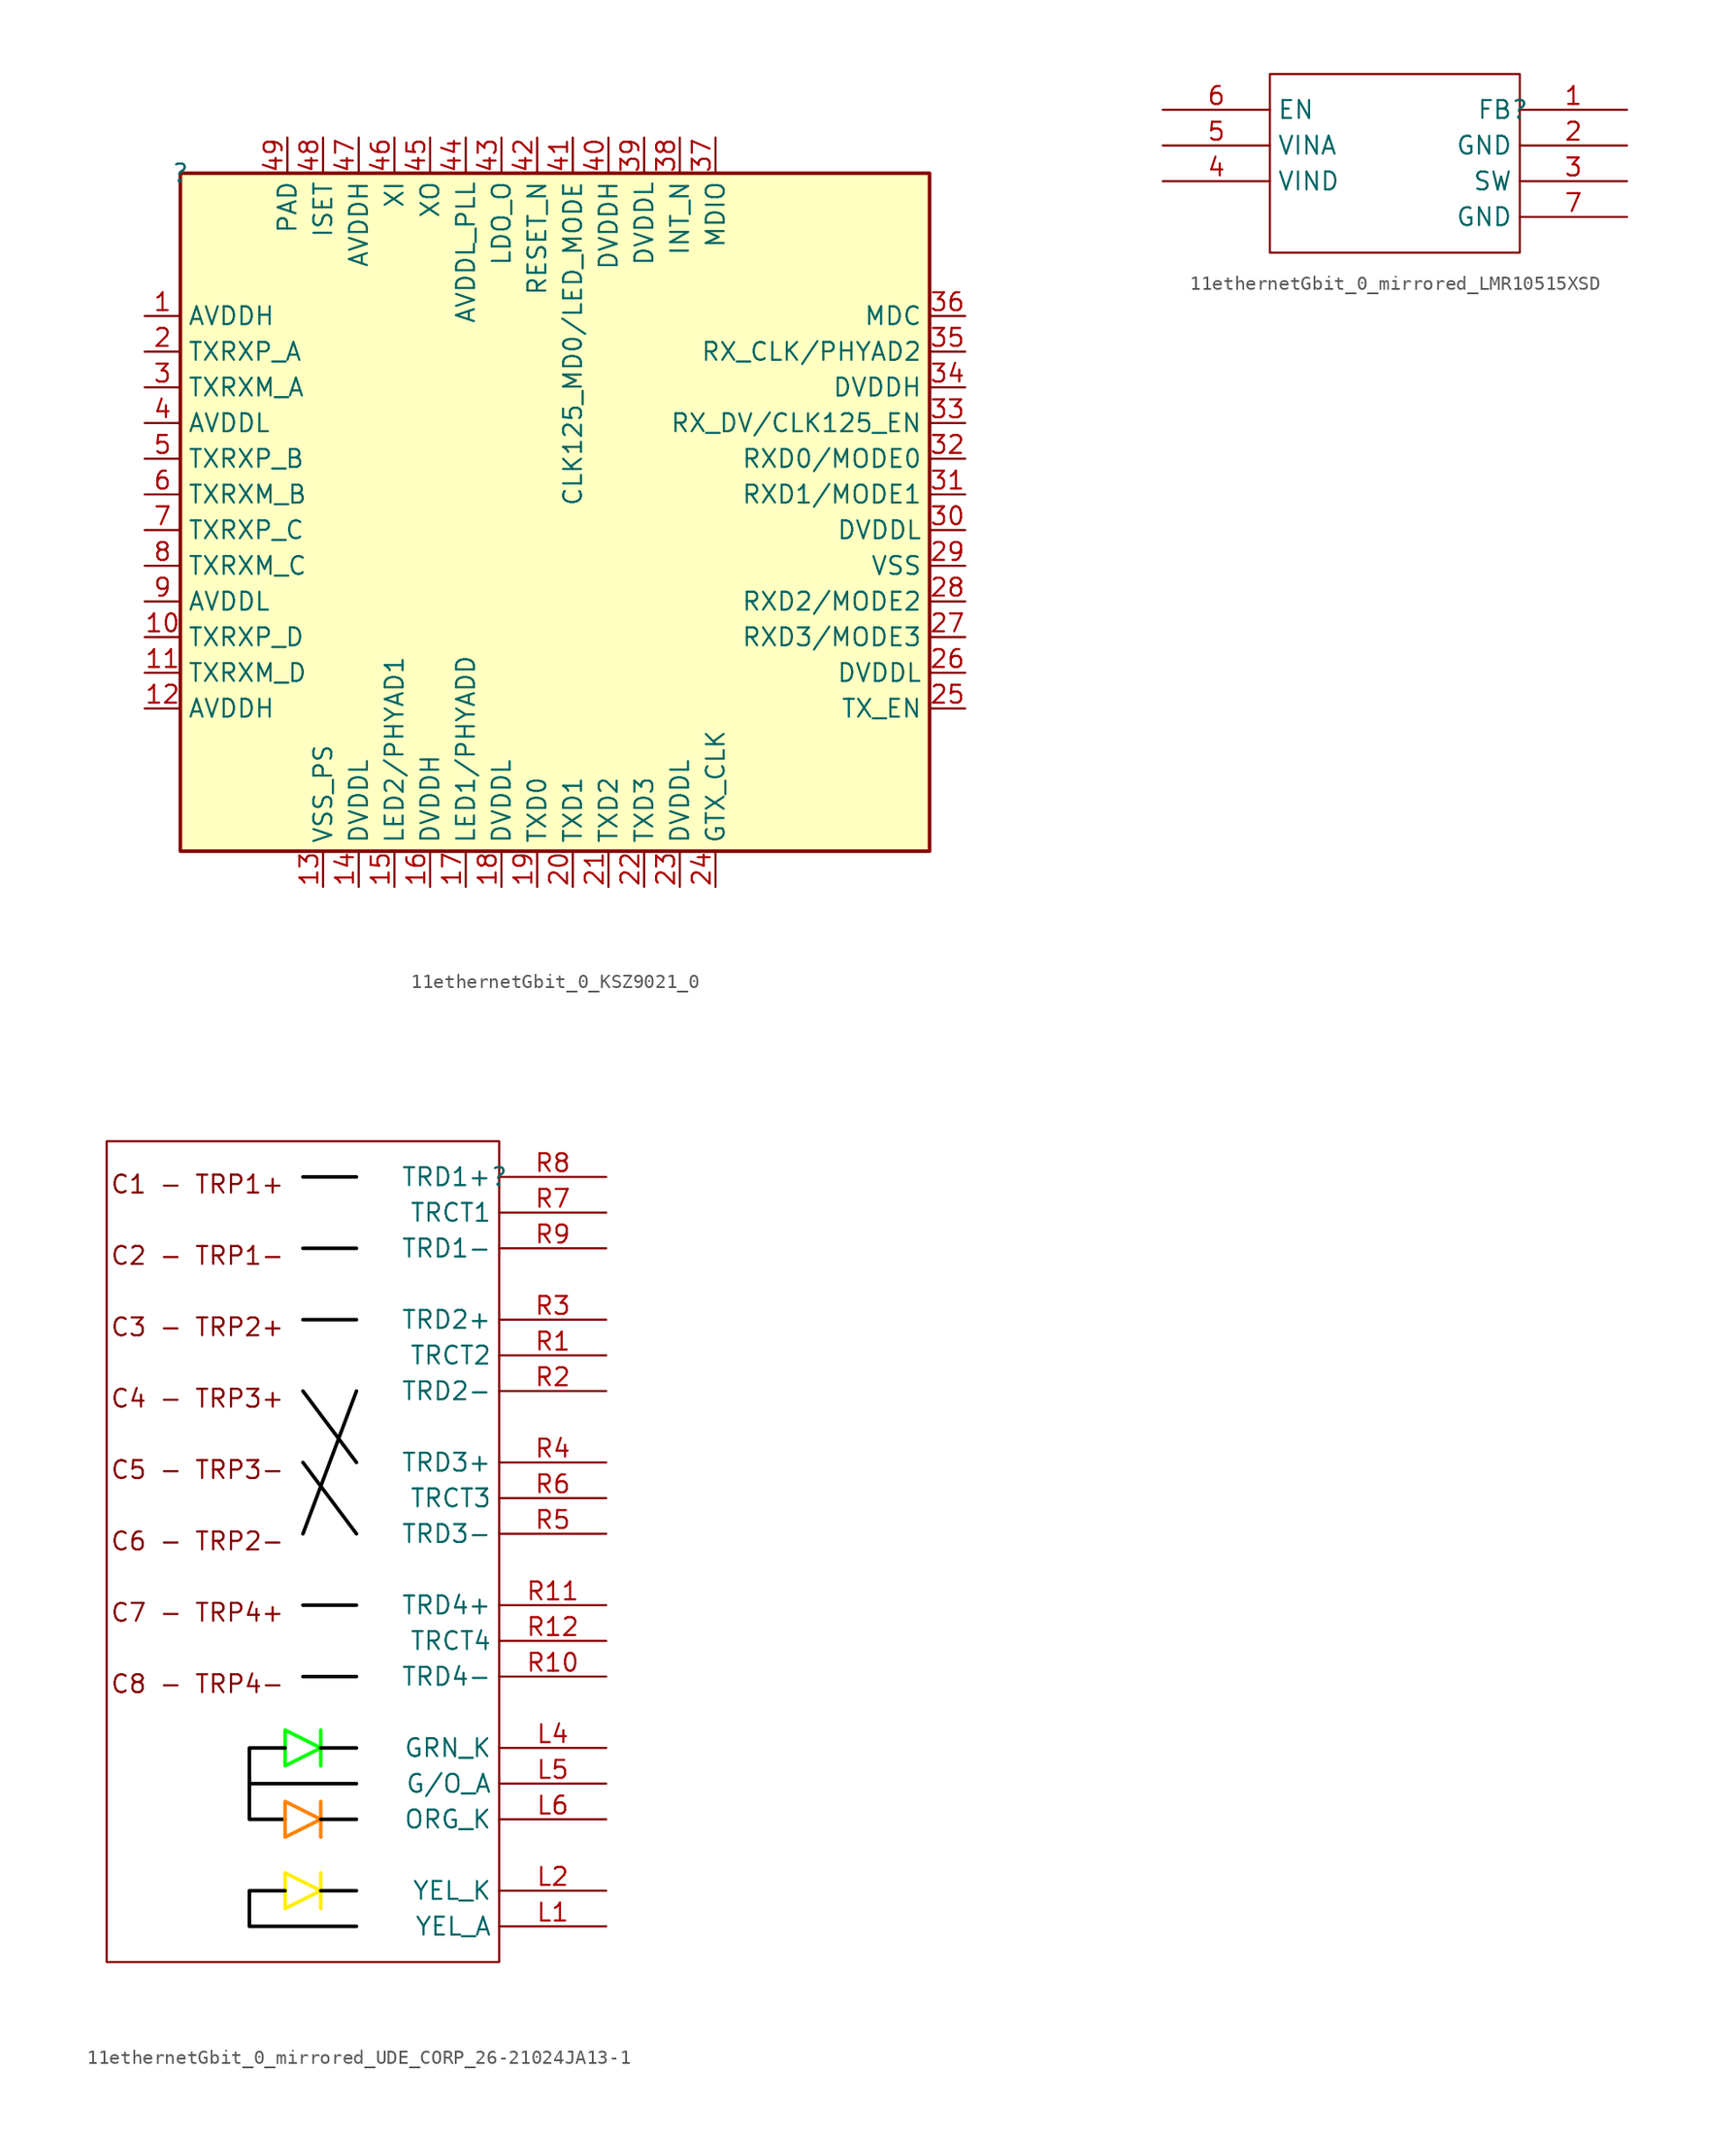
<source format=kicad_sym>
(kicad_symbol_lib
  (version 20220914)
  (generator kicad_symbol_editor)
  (symbol "11ethernetGbit_0_KSZ9021_0"
    (property "Reference" ""
      (at 0 0 0)
      (effects (font (size 1.27 1.27))))
    (property "Value" ""
      (at 0 0 0)
      (effects (font (size 1.27 1.27))))
    (symbol "11ethernetGbit_0_KSZ9021_0_1_0"
      (rectangle (start 53.34 0) (end 0 -48.26) (stroke (width 0.254) (type solid)) (fill (type background)))
      (pin passive line (at -2.54 -10.16 0) (length 2.54) (name "AVDDH" (effects (font (size 1.27 1.27)))) (number "1" (effects (font (size 1.27 1.27)))))
      (pin passive line (at -2.54 -33.02 0) (length 2.54) (name "TXRXP_D" (effects (font (size 1.27 1.27)))) (number "10" (effects (font (size 1.27 1.27)))))
      (pin passive line (at -2.54 -35.56 0) (length 2.54) (name "TXRXM_D" (effects (font (size 1.27 1.27)))) (number "11" (effects (font (size 1.27 1.27)))))
      (pin passive line (at -2.54 -38.1 0) (length 2.54) (name "AVDDH" (effects (font (size 1.27 1.27)))) (number "12" (effects (font (size 1.27 1.27)))))
      (pin passive line (at 10.16 -50.8 90) (length 2.54) (name "VSS_PS" (effects (font (size 1.27 1.27)))) (number "13" (effects (font (size 1.27 1.27)))))
      (pin passive line (at 12.7 -50.8 90) (length 2.54) (name "DVDDL" (effects (font (size 1.27 1.27)))) (number "14" (effects (font (size 1.27 1.27)))))
      (pin passive line (at 15.24 -50.8 90) (length 2.54) (name "LED2/PHYAD1" (effects (font (size 1.27 1.27)))) (number "15" (effects (font (size 1.27 1.27)))))
      (pin passive line (at 17.78 -50.8 90) (length 2.54) (name "DVDDH" (effects (font (size 1.27 1.27)))) (number "16" (effects (font (size 1.27 1.27)))))
      (pin passive line (at 20.32 -50.8 90) (length 2.54) (name "LED1/PHYADD" (effects (font (size 1.27 1.27)))) (number "17" (effects (font (size 1.27 1.27)))))
      (pin passive line (at 22.86 -50.8 90) (length 2.54) (name "DVDDL" (effects (font (size 1.27 1.27)))) (number "18" (effects (font (size 1.27 1.27)))))
      (pin passive line (at 25.4 -50.8 90) (length 2.54) (name "TXD0" (effects (font (size 1.27 1.27)))) (number "19" (effects (font (size 1.27 1.27)))))
      (pin passive line (at -2.54 -12.7 0) (length 2.54) (name "TXRXP_A" (effects (font (size 1.27 1.27)))) (number "2" (effects (font (size 1.27 1.27)))))
      (pin passive line (at 27.94 -50.8 90) (length 2.54) (name "TXD1" (effects (font (size 1.27 1.27)))) (number "20" (effects (font (size 1.27 1.27)))))
      (pin passive line (at 30.48 -50.8 90) (length 2.54) (name "TXD2" (effects (font (size 1.27 1.27)))) (number "21" (effects (font (size 1.27 1.27)))))
      (pin passive line (at 33.02 -50.8 90) (length 2.54) (name "TXD3" (effects (font (size 1.27 1.27)))) (number "22" (effects (font (size 1.27 1.27)))))
      (pin passive line (at 35.56 -50.8 90) (length 2.54) (name "DVDDL" (effects (font (size 1.27 1.27)))) (number "23" (effects (font (size 1.27 1.27)))))
      (pin passive line (at 38.1 -50.8 90) (length 2.54) (name "GTX_CLK" (effects (font (size 1.27 1.27)))) (number "24" (effects (font (size 1.27 1.27)))))
      (pin passive line (at 55.88 -38.1 180) (length 2.54) (name "TX_EN" (effects (font (size 1.27 1.27)))) (number "25" (effects (font (size 1.27 1.27)))))
      (pin passive line (at 55.88 -35.56 180) (length 2.54) (name "DVDDL" (effects (font (size 1.27 1.27)))) (number "26" (effects (font (size 1.27 1.27)))))
      (pin passive line (at 55.88 -33.02 180) (length 2.54) (name "RXD3/MODE3" (effects (font (size 1.27 1.27)))) (number "27" (effects (font (size 1.27 1.27)))))
      (pin passive line (at 55.88 -30.48 180) (length 2.54) (name "RXD2/MODE2" (effects (font (size 1.27 1.27)))) (number "28" (effects (font (size 1.27 1.27)))))
      (pin passive line (at 55.88 -27.94 180) (length 2.54) (name "VSS" (effects (font (size 1.27 1.27)))) (number "29" (effects (font (size 1.27 1.27)))))
      (pin passive line (at -2.54 -15.24 0) (length 2.54) (name "TXRXM_A" (effects (font (size 1.27 1.27)))) (number "3" (effects (font (size 1.27 1.27)))))
      (pin passive line (at 55.88 -25.4 180) (length 2.54) (name "DVDDL" (effects (font (size 1.27 1.27)))) (number "30" (effects (font (size 1.27 1.27)))))
      (pin passive line (at 55.88 -22.86 180) (length 2.54) (name "RXD1/MODE1" (effects (font (size 1.27 1.27)))) (number "31" (effects (font (size 1.27 1.27)))))
      (pin passive line (at 55.88 -20.32 180) (length 2.54) (name "RXD0/MODE0" (effects (font (size 1.27 1.27)))) (number "32" (effects (font (size 1.27 1.27)))))
      (pin passive line (at 55.88 -17.78 180) (length 2.54) (name "RX_DV/CLK125_EN" (effects (font (size 1.27 1.27)))) (number "33" (effects (font (size 1.27 1.27)))))
      (pin passive line (at 55.88 -15.24 180) (length 2.54) (name "DVDDH" (effects (font (size 1.27 1.27)))) (number "34" (effects (font (size 1.27 1.27)))))
      (pin passive line (at 55.88 -12.7 180) (length 2.54) (name "RX_CLK/PHYAD2" (effects (font (size 1.27 1.27)))) (number "35" (effects (font (size 1.27 1.27)))))
      (pin passive line (at 55.88 -10.16 180) (length 2.54) (name "MDC" (effects (font (size 1.27 1.27)))) (number "36" (effects (font (size 1.27 1.27)))))
      (pin passive line (at 38.1 2.54 270) (length 2.54) (name "MDIO" (effects (font (size 1.27 1.27)))) (number "37" (effects (font (size 1.27 1.27)))))
      (pin passive line (at 35.56 2.54 270) (length 2.54) (name "INT_N" (effects (font (size 1.27 1.27)))) (number "38" (effects (font (size 1.27 1.27)))))
      (pin passive line (at 33.02 2.54 270) (length 2.54) (name "DVDDL" (effects (font (size 1.27 1.27)))) (number "39" (effects (font (size 1.27 1.27)))))
      (pin passive line (at -2.54 -17.78 0) (length 2.54) (name "AVDDL" (effects (font (size 1.27 1.27)))) (number "4" (effects (font (size 1.27 1.27)))))
      (pin passive line (at 30.48 2.54 270) (length 2.54) (name "DVDDH" (effects (font (size 1.27 1.27)))) (number "40" (effects (font (size 1.27 1.27)))))
      (pin passive line (at 27.94 2.54 270) (length 2.54) (name "CLK125_MD0/LED_MODE" (effects (font (size 1.27 1.27)))) (number "41" (effects (font (size 1.27 1.27)))))
      (pin passive line (at 25.4 2.54 270) (length 2.54) (name "RESET_N" (effects (font (size 1.27 1.27)))) (number "42" (effects (font (size 1.27 1.27)))))
      (pin passive line (at 22.86 2.54 270) (length 2.54) (name "LDO_O" (effects (font (size 1.27 1.27)))) (number "43" (effects (font (size 1.27 1.27)))))
      (pin passive line (at 20.32 2.54 270) (length 2.54) (name "AVDDL_PLL" (effects (font (size 1.27 1.27)))) (number "44" (effects (font (size 1.27 1.27)))))
      (pin passive line (at 17.78 2.54 270) (length 2.54) (name "XO" (effects (font (size 1.27 1.27)))) (number "45" (effects (font (size 1.27 1.27)))))
      (pin passive line (at 15.24 2.54 270) (length 2.54) (name "XI" (effects (font (size 1.27 1.27)))) (number "46" (effects (font (size 1.27 1.27)))))
      (pin passive line (at 12.7 2.54 270) (length 2.54) (name "AVDDH" (effects (font (size 1.27 1.27)))) (number "47" (effects (font (size 1.27 1.27)))))
      (pin passive line (at 10.16 2.54 270) (length 2.54) (name "ISET" (effects (font (size 1.27 1.27)))) (number "48" (effects (font (size 1.27 1.27)))))
      (pin passive line (at 7.62 2.54 270) (length 2.54) (name "PAD" (effects (font (size 1.27 1.27)))) (number "49" (effects (font (size 1.27 1.27)))))
      (pin passive line (at -2.54 -20.32 0) (length 2.54) (name "TXRXP_B" (effects (font (size 1.27 1.27)))) (number "5" (effects (font (size 1.27 1.27)))))
      (pin passive line (at -2.54 -22.86 0) (length 2.54) (name "TXRXM_B" (effects (font (size 1.27 1.27)))) (number "6" (effects (font (size 1.27 1.27)))))
      (pin passive line (at -2.54 -25.4 0) (length 2.54) (name "TXRXP_C" (effects (font (size 1.27 1.27)))) (number "7" (effects (font (size 1.27 1.27)))))
      (pin passive line (at -2.54 -27.94 0) (length 2.54) (name "TXRXM_C" (effects (font (size 1.27 1.27)))) (number "8" (effects (font (size 1.27 1.27)))))
      (pin passive line (at -2.54 -30.48 0) (length 2.54) (name "AVDDL" (effects (font (size 1.27 1.27)))) (number "9" (effects (font (size 1.27 1.27)))))))
  (symbol "11ethernetGbit_0_mirrored_LMR10515XSD"
    (property "Reference" ""
      (at 0 0 0)
      (effects (font (size 1.27 1.27))))
    (property "Value" ""
      (at 0 0 0)
      (effects (font (size 1.27 1.27))))
    (symbol "11ethernetGbit_0_mirrored_LMR10515XSD_1_0"
      (rectangle (start 0 2.54) (end -17.78 -10.16) (stroke (width 0) (type solid)) (fill (type none)))
      (pin passive line (at 7.62 0 180) (length 7.62) (name "FB" (effects (font (size 1.27 1.27)))) (number "1" (effects (font (size 1.27 1.27)))))
      (pin power_in line (at 7.62 -2.54 180) (length 7.62) (name "GND" (effects (font (size 1.27 1.27)))) (number "2" (effects (font (size 1.27 1.27)))))
      (pin passive line (at 7.62 -5.08 180) (length 7.62) (name "SW" (effects (font (size 1.27 1.27)))) (number "3" (effects (font (size 1.27 1.27)))))
      (pin power_in line (at -25.4 -5.08 0) (length 7.62) (name "VIND" (effects (font (size 1.27 1.27)))) (number "4" (effects (font (size 1.27 1.27)))))
      (pin power_in line (at -25.4 -2.54 0) (length 7.62) (name "VINA" (effects (font (size 1.27 1.27)))) (number "5" (effects (font (size 1.27 1.27)))))
      (pin input line (at -25.4 0 0) (length 7.62) (name "EN" (effects (font (size 1.27 1.27)))) (number "6" (effects (font (size 1.27 1.27)))))
      (pin power_in line (at 7.62 -7.62 180) (length 7.62) (name "GND" (effects (font (size 1.27 1.27)))) (number "7" (effects (font (size 1.27 1.27)))))))
  (symbol "11ethernetGbit_0_mirrored_UDE_CORP_26-21024JA13-1"
    (property "Reference" ""
      (at 0 0 0)
      (effects (font (size 1.27 1.27))))
    (property "Value" ""
      (at 0 0 0)
      (effects (font (size 1.27 1.27))))
    (symbol "11ethernetGbit_0_mirrored_UDE_CORP_26-21024JA13-1_1_0"
      (polyline (pts (xy -12.7 -50.8) (xy -10.16 -50.8)) (stroke (width 0.254) (type solid) (color 0 0 0 1)) (fill (type none)))
      (polyline (pts (xy -12.7 -49.53) (xy -12.7 -52.07)) (stroke (width 0.254) (type solid) (color 255 238 0 1)) (fill (type none)))
      (polyline (pts (xy -12.7 -44.45) (xy -12.7 -46.99)) (stroke (width 0.254) (type solid) (color 253 131 0 1)) (fill (type none)))
      (polyline (pts (xy -12.7 -40.64) (xy -10.16 -40.64)) (stroke (width 0.254) (type solid) (color 0 0 0 1)) (fill (type none)))
      (polyline (pts (xy -12.7 -39.37) (xy -12.7 -41.91)) (stroke (width 0.254) (type solid) (color 0 255 0 1)) (fill (type none)))
      (polyline (pts (xy -10.16 -45.72) (xy -12.7 -45.72)) (stroke (width 0.254) (type solid) (color 0 0 0 1)) (fill (type none)))
      (polyline (pts (xy -10.16 -35.56) (xy -13.97 -35.56)) (stroke (width 0.254) (type solid) (color 0 0 0 1)) (fill (type none)))
      (polyline (pts (xy -10.16 -30.48) (xy -13.97 -30.48)) (stroke (width 0.254) (type solid) (color 0 0 0 1)) (fill (type none)))
      (polyline (pts (xy -10.16 -25.4) (xy -13.97 -20.32)) (stroke (width 0.254) (type solid) (color 0 0 0 1)) (fill (type none)))
      (polyline (pts (xy -10.16 -20.32) (xy -13.97 -15.24)) (stroke (width 0.254) (type solid) (color 0 0 0 1)) (fill (type none)))
      (polyline (pts (xy -10.16 -15.24) (xy -13.97 -25.4)) (stroke (width 0.254) (type solid) (color 0 0 0 1)) (fill (type none)))
      (polyline (pts (xy -10.16 -10.16) (xy -13.97 -10.16)) (stroke (width 0.254) (type solid) (color 0 0 0 1)) (fill (type none)))
      (polyline (pts (xy -10.16 -5.08) (xy -13.97 -5.08)) (stroke (width 0.254) (type solid) (color 0 0 0 1)) (fill (type none)))
      (polyline (pts (xy -10.16 0) (xy -13.97 0)) (stroke (width 0.254) (type solid) (color 0 0 0 1)) (fill (type none)))
      (polyline (pts (xy -17.78 -43.18) (xy -17.78 -45.72) (xy -15.24 -45.72)) (stroke (width 0.254) (type solid) (color 0 0 0 1)) (fill (type none)))
      (polyline (pts (xy -15.24 -52.07) (xy -12.7 -50.8) (xy -15.24 -49.53) (xy -15.24 -52.07)) (stroke (width 0.254) (type solid) (color 255 238 0 1)) (fill (type none)))
      (polyline (pts (xy -15.24 -46.99) (xy -12.7 -45.72) (xy -15.24 -44.45) (xy -15.24 -46.99)) (stroke (width 0.254) (type solid) (color 253 131 0 1)) (fill (type none)))
      (polyline (pts (xy -15.24 -41.91) (xy -12.7 -40.64) (xy -15.24 -39.37) (xy -15.24 -41.91)) (stroke (width 0.254) (type solid) (color 0 255 0 1)) (fill (type none)))
      (polyline (pts (xy -10.16 -53.34) (xy -17.78 -53.34) (xy -17.78 -50.8) (xy -15.24 -50.8)) (stroke (width 0.254) (type solid) (color 0 0 0 1)) (fill (type none)))
      (polyline (pts (xy -10.16 -43.18) (xy -17.78 -43.18) (xy -17.78 -40.64) (xy -15.24 -40.64)) (stroke (width 0.254) (type solid) (color 0 0 0 1)) (fill (type none)))
      (rectangle (start 0 2.54) (end -27.94 -55.88) (stroke (width 0) (type solid)) (fill (type none)))
      (text "C1 - TRP1+" (at -15.24 -1.27 0) (effects (font (size 1.27 1.27)) (justify right bottom)))
      (text "C2 - TRP1-" (at -15.24 -6.35 0) (effects (font (size 1.27 1.27)) (justify right bottom)))
      (text "C3 - TRP2+" (at -15.24 -11.43 0) (effects (font (size 1.27 1.27)) (justify right bottom)))
      (text "C4 - TRP3+" (at -15.24 -16.51 0) (effects (font (size 1.27 1.27)) (justify right bottom)))
      (text "C5 - TRP3-" (at -15.24 -21.59 0) (effects (font (size 1.27 1.27)) (justify right bottom)))
      (text "C6 - TRP2-" (at -15.24 -26.67 0) (effects (font (size 1.27 1.27)) (justify right bottom)))
      (text "C7 - TRP4+" (at -15.24 -31.75 0) (effects (font (size 1.27 1.27)) (justify right bottom)))
      (text "C8 - TRP4-" (at -15.24 -36.83 0) (effects (font (size 1.27 1.27)) (justify right bottom)))
      (pin passive line (at 7.62 -53.34 180) (length 7.62) (name "YEL_A" (effects (font (size 1.27 1.27)))) (number "L1" (effects (font (size 1.27 1.27)))))
      (pin passive line (at 7.62 -50.8 180) (length 7.62) (name "YEL_K" (effects (font (size 1.27 1.27)))) (number "L2" (effects (font (size 1.27 1.27)))))
      (pin passive line (at 7.62 -40.64 180) (length 7.62) (name "GRN_K" (effects (font (size 1.27 1.27)))) (number "L4" (effects (font (size 1.27 1.27)))))
      (pin passive line (at 7.62 -43.18 180) (length 7.62) (name "G/O_A" (effects (font (size 1.27 1.27)))) (number "L5" (effects (font (size 1.27 1.27)))))
      (pin passive line (at 7.62 -45.72 180) (length 7.62) (name "ORG_K" (effects (font (size 1.27 1.27)))) (number "L6" (effects (font (size 1.27 1.27)))))
      (pin passive line (at 7.62 -12.7 180) (length 7.62) (name "TRCT2" (effects (font (size 1.27 1.27)))) (number "R1" (effects (font (size 1.27 1.27)))))
      (pin passive line (at 7.62 -35.56 180) (length 7.62) (name "TRD4-" (effects (font (size 1.27 1.27)))) (number "R10" (effects (font (size 1.27 1.27)))))
      (pin passive line (at 7.62 -30.48 180) (length 7.62) (name "TRD4+" (effects (font (size 1.27 1.27)))) (number "R11" (effects (font (size 1.27 1.27)))))
      (pin passive line (at 7.62 -33.02 180) (length 7.62) (name "TRCT4" (effects (font (size 1.27 1.27)))) (number "R12" (effects (font (size 1.27 1.27)))))
      (pin passive line (at 7.62 -15.24 180) (length 7.62) (name "TRD2-" (effects (font (size 1.27 1.27)))) (number "R2" (effects (font (size 1.27 1.27)))))
      (pin passive line (at 7.62 -10.16 180) (length 7.62) (name "TRD2+" (effects (font (size 1.27 1.27)))) (number "R3" (effects (font (size 1.27 1.27)))))
      (pin passive line (at 7.62 -20.32 180) (length 7.62) (name "TRD3+" (effects (font (size 1.27 1.27)))) (number "R4" (effects (font (size 1.27 1.27)))))
      (pin passive line (at 7.62 -25.4 180) (length 7.62) (name "TRD3-" (effects (font (size 1.27 1.27)))) (number "R5" (effects (font (size 1.27 1.27)))))
      (pin passive line (at 7.62 -22.86 180) (length 7.62) (name "TRCT3" (effects (font (size 1.27 1.27)))) (number "R6" (effects (font (size 1.27 1.27)))))
      (pin passive line (at 7.62 -2.54 180) (length 7.62) (name "TRCT1" (effects (font (size 1.27 1.27)))) (number "R7" (effects (font (size 1.27 1.27)))))
      (pin passive line (at 7.62 0 180) (length 7.62) (name "TRD1+" (effects (font (size 1.27 1.27)))) (number "R8" (effects (font (size 1.27 1.27)))))
      (pin passive line (at 7.62 -5.08 180) (length 7.62) (name "TRD1-" (effects (font (size 1.27 1.27)))) (number "R9" (effects (font (size 1.27 1.27))))))))
</source>
